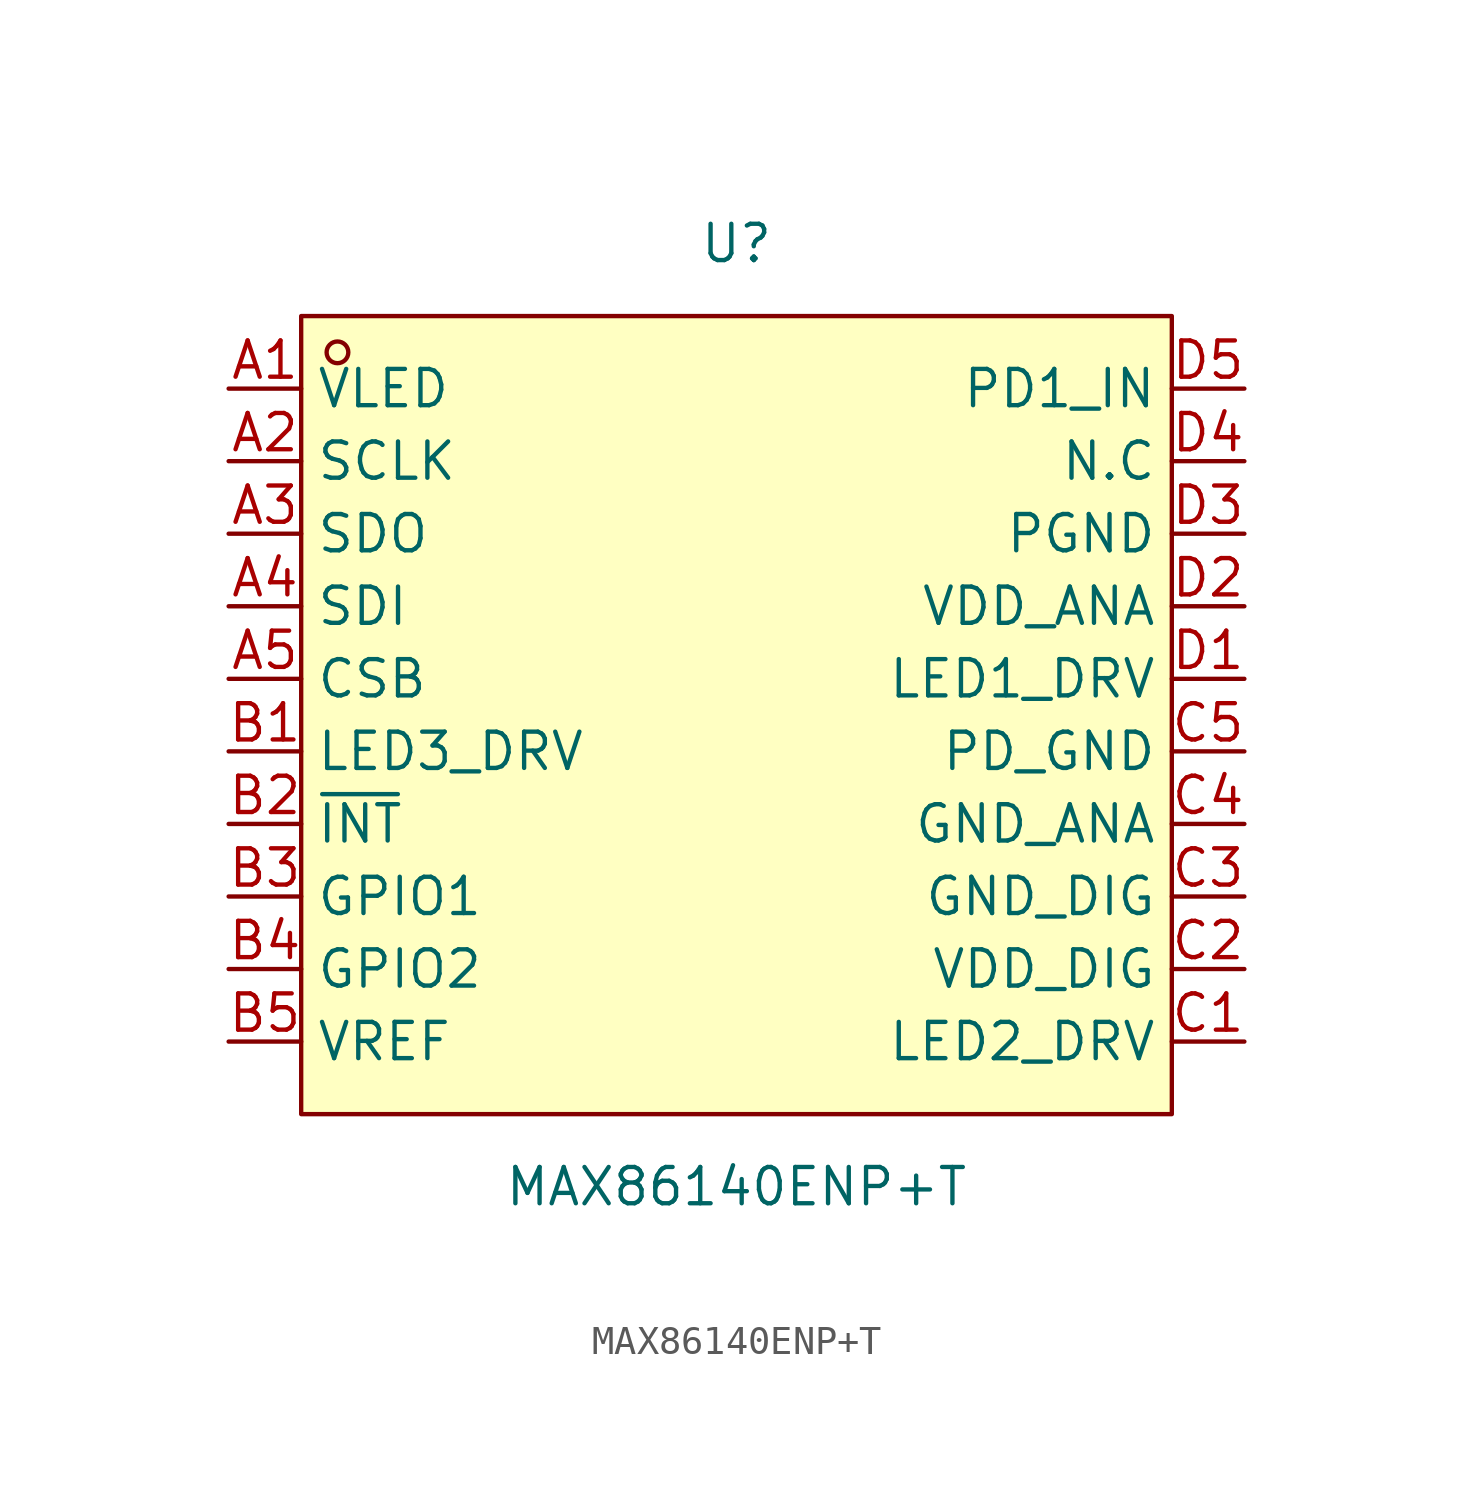
<source format=kicad_sym>
(kicad_symbol_lib
  (version 20211014)
  (generator https://github.com/uPesy/easyeda2kicad.py)
  (symbol "MAX86140ENP+T"
    (property "Reference" "U"
      (at 0 16.51 0)
      (effects (font (size 1.27 1.27))))
    (property "Value" "MAX86140ENP+T"
      (at 0 -16.51 0)
      (effects (font (size 1.27 1.27))))
    (symbol "MAX86140ENP+T_0_1"
      (rectangle (start -15.24 13.97) (end 15.24 -13.97) (stroke (width 0) (type default) (color 0 0 0 0)) (fill (type background)))
      (circle (center -13.97 12.70) (radius 0.38) (stroke (width 0) (type default) (color 0 0 0 0)) (fill (type none)))
      (pin unspecified line (at -17.78 11.43 0) (length 2.54) (name "VLED" (effects (font (size 1.27 1.27)))) (number "A1" (effects (font (size 1.27 1.27)))))
      (pin unspecified line (at -17.78 8.89 0) (length 2.54) (name "SCLK" (effects (font (size 1.27 1.27)))) (number "A2" (effects (font (size 1.27 1.27)))))
      (pin unspecified line (at -17.78 6.35 0) (length 2.54) (name "SDO" (effects (font (size 1.27 1.27)))) (number "A3" (effects (font (size 1.27 1.27)))))
      (pin unspecified line (at -17.78 3.81 0) (length 2.54) (name "SDI" (effects (font (size 1.27 1.27)))) (number "A4" (effects (font (size 1.27 1.27)))))
      (pin unspecified line (at -17.78 1.27 0) (length 2.54) (name "CSB" (effects (font (size 1.27 1.27)))) (number "A5" (effects (font (size 1.27 1.27)))))
      (pin unspecified line (at -17.78 -1.27 0) (length 2.54) (name "LED3_DRV" (effects (font (size 1.27 1.27)))) (number "B1" (effects (font (size 1.27 1.27)))))
      (pin unspecified line (at -17.78 -3.81 0) (length 2.54) (name "~{INT}" (effects (font (size 1.27 1.27)))) (number "B2" (effects (font (size 1.27 1.27)))))
      (pin unspecified line (at -17.78 -6.35 0) (length 2.54) (name "GPIO1" (effects (font (size 1.27 1.27)))) (number "B3" (effects (font (size 1.27 1.27)))))
      (pin unspecified line (at -17.78 -8.89 0) (length 2.54) (name "GPIO2" (effects (font (size 1.27 1.27)))) (number "B4" (effects (font (size 1.27 1.27)))))
      (pin unspecified line (at -17.78 -11.43 0) (length 2.54) (name "VREF" (effects (font (size 1.27 1.27)))) (number "B5" (effects (font (size 1.27 1.27)))))
      (pin unspecified line (at 17.78 -11.43 180) (length 2.54) (name "LED2_DRV" (effects (font (size 1.27 1.27)))) (number "C1" (effects (font (size 1.27 1.27)))))
      (pin unspecified line (at 17.78 -8.89 180) (length 2.54) (name "VDD_DIG" (effects (font (size 1.27 1.27)))) (number "C2" (effects (font (size 1.27 1.27)))))
      (pin unspecified line (at 17.78 -6.35 180) (length 2.54) (name "GND_DIG" (effects (font (size 1.27 1.27)))) (number "C3" (effects (font (size 1.27 1.27)))))
      (pin unspecified line (at 17.78 -3.81 180) (length 2.54) (name "GND_ANA" (effects (font (size 1.27 1.27)))) (number "C4" (effects (font (size 1.27 1.27)))))
      (pin unspecified line (at 17.78 -1.27 180) (length 2.54) (name "PD_GND" (effects (font (size 1.27 1.27)))) (number "C5" (effects (font (size 1.27 1.27)))))
      (pin unspecified line (at 17.78 1.27 180) (length 2.54) (name "LED1_DRV" (effects (font (size 1.27 1.27)))) (number "D1" (effects (font (size 1.27 1.27)))))
      (pin unspecified line (at 17.78 3.81 180) (length 2.54) (name "VDD_ANA" (effects (font (size 1.27 1.27)))) (number "D2" (effects (font (size 1.27 1.27)))))
      (pin unspecified line (at 17.78 6.35 180) (length 2.54) (name "PGND" (effects (font (size 1.27 1.27)))) (number "D3" (effects (font (size 1.27 1.27)))))
      (pin unspecified line (at 17.78 8.89 180) (length 2.54) (name "N.C" (effects (font (size 1.27 1.27)))) (number "D4" (effects (font (size 1.27 1.27)))))
      (pin unspecified line (at 17.78 11.43 180) (length 2.54) (name "PD1_IN" (effects (font (size 1.27 1.27)))) (number "D5" (effects (font (size 1.27 1.27))))))))
</source>
